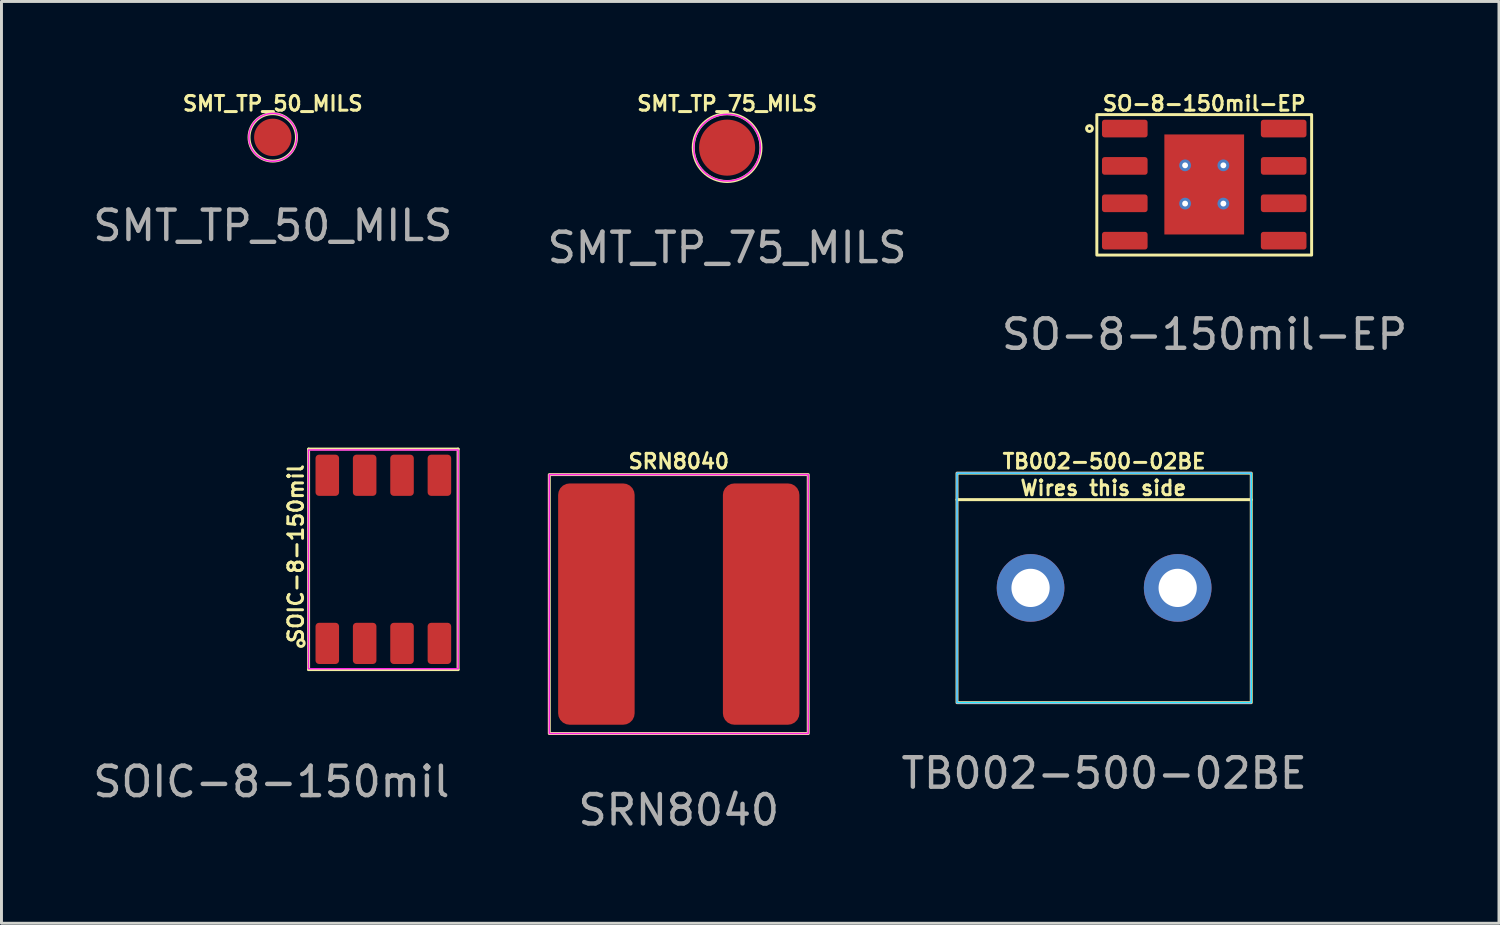
<source format=kicad_pcb>
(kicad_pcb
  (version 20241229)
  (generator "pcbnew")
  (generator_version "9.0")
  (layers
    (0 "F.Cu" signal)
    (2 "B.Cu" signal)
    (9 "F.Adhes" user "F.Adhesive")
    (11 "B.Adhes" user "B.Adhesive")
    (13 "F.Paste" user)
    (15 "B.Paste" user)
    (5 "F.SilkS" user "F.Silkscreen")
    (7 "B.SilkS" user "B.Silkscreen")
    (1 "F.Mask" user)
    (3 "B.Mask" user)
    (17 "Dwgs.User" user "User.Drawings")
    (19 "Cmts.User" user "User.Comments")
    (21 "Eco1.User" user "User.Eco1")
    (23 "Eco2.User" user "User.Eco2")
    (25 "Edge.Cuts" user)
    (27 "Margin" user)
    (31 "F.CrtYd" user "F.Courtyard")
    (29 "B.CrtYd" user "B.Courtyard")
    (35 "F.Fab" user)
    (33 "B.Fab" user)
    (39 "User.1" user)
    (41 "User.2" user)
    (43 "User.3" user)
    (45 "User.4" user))
  (footprint "TB002-500-02BE"
    (layer "F.Cu")
    (at 34.474 16.93)
    (property "Reference" "TB002-500-02BE" (at 0 -4.3 0) (unlocked yes) (layer "F.SilkS") (effects (font (size 0.5 0.5) (thickness 0.1))))
    (attr smd)
    (fp_line (start -5 -3) (end 5 -3) (stroke (width 0.1) (type default)) (layer "F.SilkS"))
    (fp_rect (start -5 -3.9) (end 5 3.9) (stroke (width 0.1) (type solid)) (fill no) (layer "F.SilkS"))
    (fp_rect (start -5 -3.9) (end 5 3.9) (stroke (width 0.05) (type default)) (fill no) (layer "B.CrtYd"))
    (fp_rect (start -5 -3.9) (end 5 3.9) (stroke (width 0.05) (type default)) (fill no) (layer "F.CrtYd"))
    (fp_text user "Wires this side" (at -2.9 -3.1 0) (unlocked yes) (layer "F.SilkS") (effects (font (size 0.5 0.5) (thickness 0.1)) (justify left bottom)))
    (fp_text user "${REFERENCE}" (at 0 6.3 0) (unlocked yes) (layer "F.Fab") (effects (font (size 1 1) (thickness 0.15))))
    (pad "1" thru_hole circle (at -2.5 0) (size 2.3 2.3) (drill 1.3) (layers "*.Cu" "*.Mask"))
    (pad "2" thru_hole circle (at 2.5 0) (size 2.3 2.3) (drill 1.3) (layers "*.Cu" "*.Mask")))
  (footprint "SMT_TP_50_MILS"
    (layer "F.Cu")
    (at 6.22 1.618)
    (property "Reference" "SMT_TP_50_MILS" (at 0 -1.15 0) (unlocked yes) (layer "F.SilkS") (effects (font (size 0.5 0.5) (thickness 0.1))))
    (attr smd)
    (fp_circle (center 0 0) (end 0.7 0.4) (stroke (width 0.1) (type default)) (fill no) (layer "F.SilkS"))
    (fp_circle (center 0 0) (end 0.6 0.55) (stroke (width 0.05) (type default)) (fill no) (layer "F.CrtYd"))
    (fp_text user "${REFERENCE}" (at 0 3 0) (unlocked yes) (layer "F.Fab") (effects (font (size 1 1) (thickness 0.15))))
    (pad "1" smd circle (at 0 0) (size 1.27 1.27) (layers "F.Cu" "F.Mask")))
  (footprint "SRN8040"
    (layer "F.Cu")
    (at 20.018 17.48)
    (property "Reference" "SRN8040" (at 0 -4.85 0) (unlocked yes) (layer "F.SilkS") (effects (font (size 0.5 0.5) (thickness 0.1))))
    (attr smd)
    (fp_rect (start -4.4 -4.4) (end 4.4 4.4) (stroke (width 0.1) (type default)) (fill no) (layer "F.SilkS"))
    (fp_rect (start -4.4 -4.4) (end 4.4 4.4) (stroke (width 0.05) (type default)) (fill no) (layer "F.CrtYd"))
    (fp_text user "${REFERENCE}" (at 0 7 0) (unlocked yes) (layer "F.Fab") (effects (font (size 1 1) (thickness 0.15))))
    (pad "1" smd roundrect (at -2.8 0) (size 2.6 8.2) (layers "F.Cu" "F.Mask" "F.Paste") (roundrect_rratio 0.15))
    (pad "2" smd roundrect (at 2.8 0) (size 2.6 8.2) (layers "F.Cu" "F.Mask" "F.Paste") (roundrect_rratio 0.15)))
  (footprint "SOIC-8-150mil"
    (layer "F.Cu")
    (at 9.978 15.959)
    (property "Reference" "SOIC-8-150mil" (at -2.972 -0.191 90) (unlocked yes) (layer "F.SilkS") (effects (font (size 0.5 0.5) (thickness 0.1))))
    (attr smd)
    (fp_line (start -2.54 -3.747) (end -2.54 3.747) (stroke (width 0.1) (type default)) (layer "F.SilkS"))
    (fp_line (start 2.54 -3.747) (end -2.54 -3.747) (stroke (width 0.1) (type default)) (layer "F.SilkS"))
    (fp_line (start 2.54 -3.747) (end 2.54 3.747) (stroke (width 0.1) (type default)) (layer "F.SilkS"))
    (fp_line (start 2.54 3.747) (end -2.54 3.747) (stroke (width 0.1) (type default)) (layer "F.SilkS"))
    (fp_circle (center -2.8 2.85) (end -2.7 2.9) (stroke (width 0.1) (type default)) (fill no) (layer "F.SilkS"))
    (fp_rect (start -2.543 -3.719) (end 2.543 3.719) (stroke (width 0.05) (type default)) (fill no) (layer "F.CrtYd"))
    (fp_text user "${REFERENCE}" (at -3.805 7.558 0) (unlocked yes) (layer "F.Fab") (effects (font (size 1 1) (thickness 0.15))))
    (pad "1" smd roundrect (at -1.905 2.857) (size 0.8 1.4) (layers "F.Cu" "F.Mask" "F.Paste") (roundrect_rratio 0.15))
    (pad "2" smd roundrect (at -0.635 2.857) (size 0.8 1.4) (layers "F.Cu" "F.Mask" "F.Paste") (roundrect_rratio 0.15))
    (pad "3" smd roundrect (at 0.635 2.857) (size 0.8 1.4) (layers "F.Cu" "F.Mask" "F.Paste") (roundrect_rratio 0.15))
    (pad "4" smd roundrect (at 1.905 2.857) (size 0.8 1.4) (layers "F.Cu" "F.Mask" "F.Paste") (roundrect_rratio 0.15))
    (pad "5" smd roundrect (at 1.905 -2.857) (size 0.8 1.4) (layers "F.Cu" "F.Mask" "F.Paste") (roundrect_rratio 0.15))
    (pad "6" smd roundrect (at 0.635 -2.857) (size 0.8 1.4) (layers "F.Cu" "F.Mask" "F.Paste") (roundrect_rratio 0.15))
    (pad "7" smd roundrect (at -0.635 -2.857) (size 0.8 1.4) (layers "F.Cu" "F.Mask" "F.Paste") (roundrect_rratio 0.15))
    (pad "8" smd roundrect (at -1.905 -2.857) (size 0.8 1.4) (layers "F.Cu" "F.Mask" "F.Paste") (roundrect_rratio 0.15)))
  (footprint "SO-8-150mil-EP"
    (layer "F.Cu")
    (at 37.876 3.219)
    (property "Reference" "SO-8-150mil-EP" (at 0 -2.751 0) (unlocked yes) (layer "F.SilkS") (effects (font (size 0.5 0.5) (thickness 0.1))))
    (attr smd)
    (fp_rect (start -3.65 -2.375) (end 3.65 2.4) (stroke (width 0.1) (type default)) (fill no) (layer "F.SilkS"))
    (fp_circle (center -3.9 -1.9) (end -3.8 -1.9) (stroke (width 0.1) (type default)) (fill no) (layer "F.SilkS"))
    (fp_rect (start -1.355 -1.7) (end 1.355 1.7) (stroke (width 0.1) (type solid)) (fill yes) (layer "F.Paste"))
    (fp_text user "${REFERENCE}" (at 0.011 5.095 0) (unlocked yes) (layer "F.Fab") (effects (font (size 1 1) (thickness 0.15))))
    (pad "1" smd roundrect (at -2.7 -1.9) (size 1.55 0.6) (layers "F.Cu" "F.Mask" "F.Paste") (roundrect_rratio 0.15))
    (pad "2" smd roundrect (at -2.7 -0.63) (size 1.55 0.6) (layers "F.Cu" "F.Mask" "F.Paste") (roundrect_rratio 0.15))
    (pad "3" smd roundrect (at -2.7 0.64) (size 1.55 0.6) (layers "F.Cu" "F.Mask" "F.Paste") (roundrect_rratio 0.15))
    (pad "4" smd roundrect (at -2.7 1.91) (size 1.55 0.6) (layers "F.Cu" "F.Mask" "F.Paste") (roundrect_rratio 0.15))
    (pad "5" smd roundrect (at 2.7 1.91) (size 1.55 0.6) (layers "F.Cu" "F.Mask" "F.Paste") (roundrect_rratio 0.15))
    (pad "6" smd roundrect (at 2.7 0.64) (size 1.55 0.6) (layers "F.Cu" "F.Mask" "F.Paste") (roundrect_rratio 0.15))
    (pad "7" smd roundrect (at 2.7 -0.63) (size 1.55 0.6) (layers "F.Cu" "F.Mask" "F.Paste") (roundrect_rratio 0.15))
    (pad "8" smd roundrect (at 2.7 -1.9) (size 1.55 0.6) (layers "F.Cu" "F.Mask" "F.Paste") (roundrect_rratio 0.15))
    (pad "9" thru_hole circle (at -0.65 -0.65) (size 0.4 0.4) (drill 0.2) (layers "*.Cu"))
    (pad "9" thru_hole circle (at -0.65 0.65) (size 0.4 0.4) (drill 0.2) (layers "*.Cu"))
    (pad "9" smd rect (at 0 0) (size 2.71 3.4) (layers "F.Cu" "F.Mask"))
    (pad "9" thru_hole circle (at 0.65 -0.65) (size 0.4 0.4) (drill 0.2) (layers "*.Cu"))
    (pad "9" thru_hole circle (at 0.65 0.65) (size 0.4 0.4) (drill 0.2) (layers "*.Cu")))
  (footprint "SMT_TP_75_MILS"
    (layer "F.Cu")
    (at 21.661 1.968)
    (property "Reference" "SMT_TP_75_MILS" (at 0 -1.5 0) (unlocked yes) (layer "F.SilkS") (effects (font (size 0.5 0.5) (thickness 0.1))))
    (attr smd)
    (fp_circle (center 0 0) (end 0.95 0.65) (stroke (width 0.1) (type default)) (fill no) (layer "F.SilkS"))
    (fp_circle (center 0 0) (end 0.85 0.75) (stroke (width 0.05) (type default)) (fill no) (layer "F.CrtYd"))
    (fp_text user "${REFERENCE}" (at 0 3.4 0) (unlocked yes) (layer "F.Fab") (effects (font (size 1 1) (thickness 0.15))))
    (pad "1" smd circle (at 0 0) (size 1.905 1.905) (layers "F.Cu" "F.Mask")))
  (gr_rect
    (start -3 -3)
    (end 47.893 28.328)
    (stroke (width 0.1) (type default))
    (fill no)
    (layer "Edge.Cuts")))
</source>
